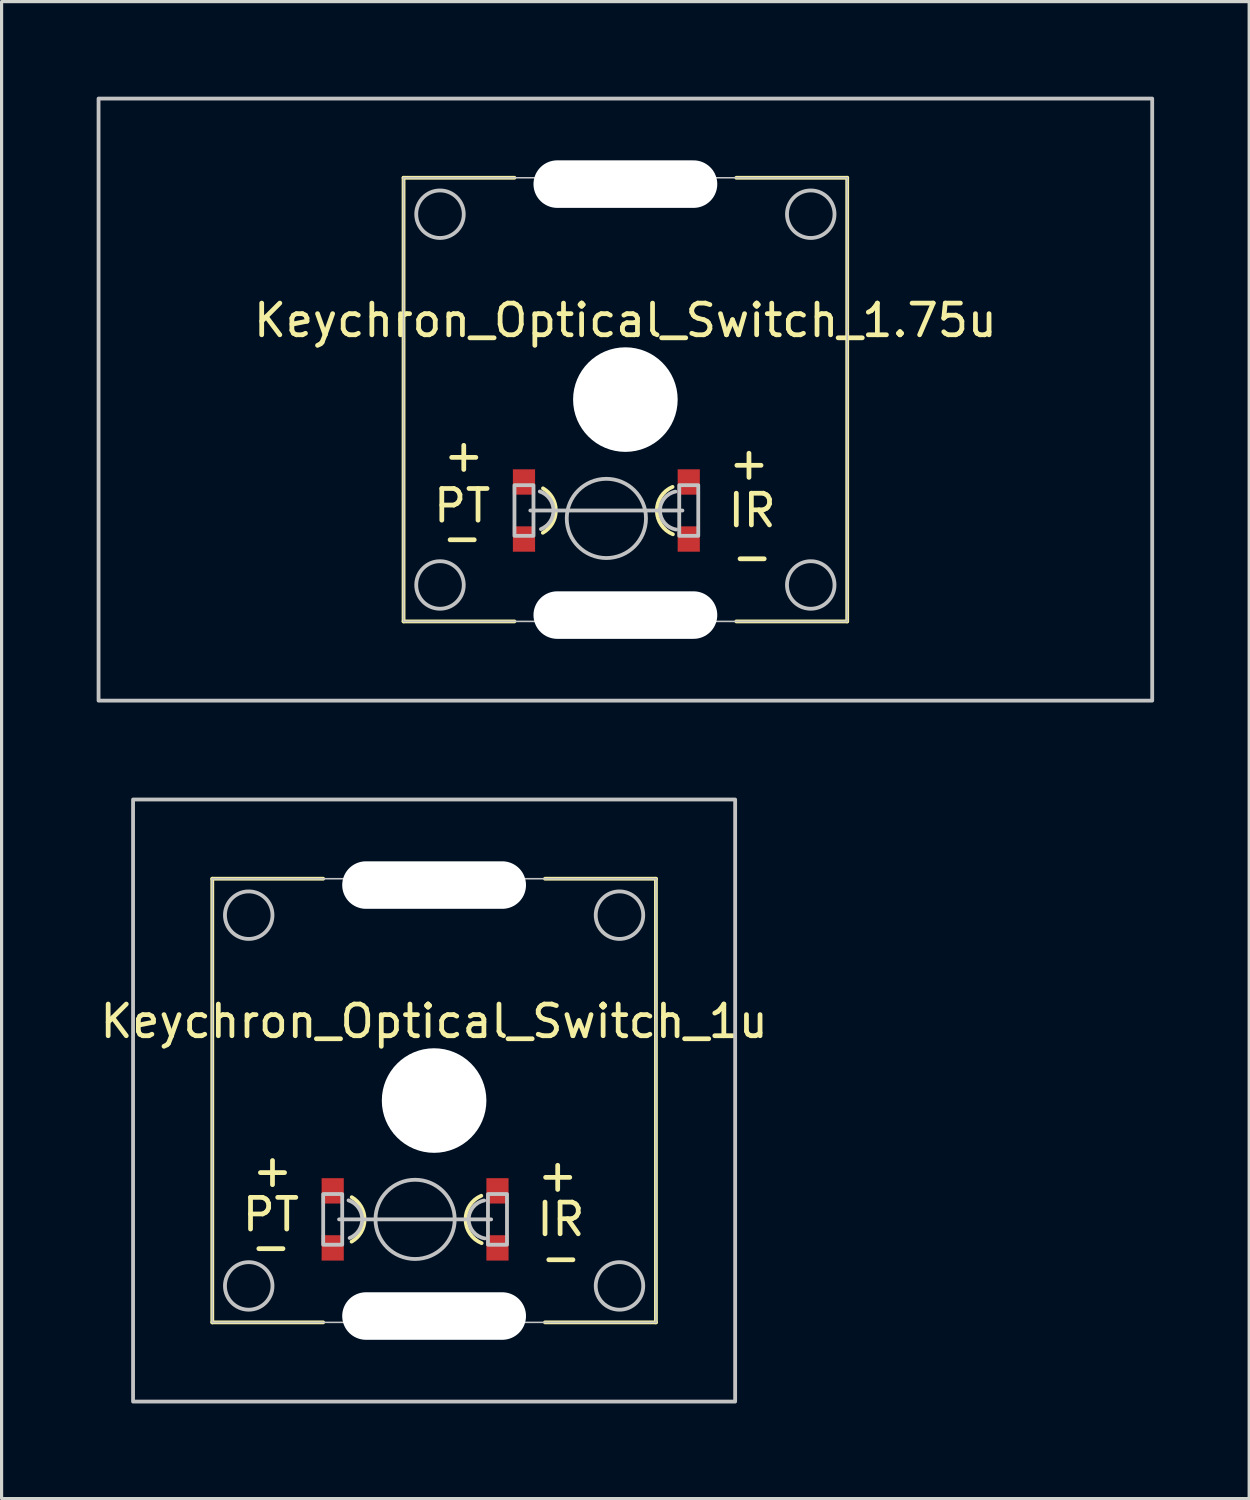
<source format=kicad_pcb>
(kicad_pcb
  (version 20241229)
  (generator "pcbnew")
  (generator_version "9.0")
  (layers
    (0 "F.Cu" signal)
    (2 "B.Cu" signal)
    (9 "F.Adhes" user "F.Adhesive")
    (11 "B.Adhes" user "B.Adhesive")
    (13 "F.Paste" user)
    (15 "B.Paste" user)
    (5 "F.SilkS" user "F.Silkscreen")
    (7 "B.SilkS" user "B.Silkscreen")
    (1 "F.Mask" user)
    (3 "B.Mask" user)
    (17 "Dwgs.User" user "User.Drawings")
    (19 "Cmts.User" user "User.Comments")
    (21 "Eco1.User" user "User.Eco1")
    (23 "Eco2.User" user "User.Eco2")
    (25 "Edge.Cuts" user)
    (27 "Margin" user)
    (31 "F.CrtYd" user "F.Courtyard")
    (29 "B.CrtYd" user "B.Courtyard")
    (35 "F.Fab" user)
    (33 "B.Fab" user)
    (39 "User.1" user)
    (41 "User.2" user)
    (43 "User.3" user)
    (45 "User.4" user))
  (footprint "Keychron_Optical_Switch_1u"
    (layer "F.Cu")
    (at 10.649 31.68)
    (property "Reference" "Keychron_Optical_Switch_1u" (at 0 -2.5 0) (unlocked yes) (layer "F.SilkS") (effects (font (size 1 1) (thickness 0.15))))
    (fp_line (start -7 -7) (end -7 7) (stroke (width 0.12) (type solid)) (layer "F.SilkS"))
    (fp_line (start -7 -7) (end -3.5 -7) (stroke (width 0.12) (type solid)) (layer "F.SilkS"))
    (fp_line (start -7 7) (end -3.5 7) (stroke (width 0.12) (type solid)) (layer "F.SilkS"))
    (fp_line (start 7 -7) (end 3.5 -7) (stroke (width 0.12) (type solid)) (layer "F.SilkS"))
    (fp_line (start 7 7) (end 3.5 7) (stroke (width 0.12) (type solid)) (layer "F.SilkS"))
    (fp_line (start 7 7) (end 7 -7) (stroke (width 0.12) (type solid)) (layer "F.SilkS"))
    (fp_arc (start -2.6 3.050001) (mid -2.19378 3.752724) (end -2.604739 4.452686) (stroke (width 0.12) (type solid)) (layer "F.SilkS"))
    (fp_arc (start 1.5 4.499999) (mid 0.992247 3.755769) (end 1.489318 3.004362) (stroke (width 0.12) (type solid)) (layer "F.SilkS"))
    (fp_line (start -7 -7) (end 7 -7) (stroke (width 0.05) (type solid)) (layer "Dwgs.User"))
    (fp_line (start -7 7) (end -7 -7) (stroke (width 0.05) (type solid)) (layer "Dwgs.User"))
    (fp_line (start 1.8 3.75) (end -3 3.75) (stroke (width 0.12) (type solid)) (layer "Dwgs.User"))
    (fp_line (start 7 -7) (end 7 7) (stroke (width 0.05) (type solid)) (layer "Dwgs.User"))
    (fp_line (start 7 7) (end -7 7) (stroke (width 0.05) (type solid)) (layer "Dwgs.User"))
    (fp_rect (start -9.5 9.5) (end 9.5 -9.5) (stroke (width 0.12) (type solid)) (fill no) (layer "Dwgs.User"))
    (fp_rect (start -2.9 2.95) (end -3.5 4.55) (stroke (width 0.12) (type solid)) (fill no) (layer "Dwgs.User"))
    (fp_rect (start 2.3 2.95) (end 1.7 4.55) (stroke (width 0.12) (type solid)) (fill no) (layer "Dwgs.User"))
    (fp_arc (start -2.7 3.150001) (mid -2.267818 3.731423) (end -2.665112 4.33722) (stroke (width 0.12) (type solid)) (layer "Dwgs.User"))
    (fp_arc (start 1.6 4.35) (mid 1.091803 3.759807) (end 1.580707 3.153536) (stroke (width 0.12) (type solid)) (layer "Dwgs.User"))
    (fp_circle (center -5.85 -5.85) (end -5.1 -5.85) (stroke (width 0.12) (type solid)) (fill no) (layer "Dwgs.User"))
    (fp_circle (center -5.85 5.85) (end -5.1 5.85) (stroke (width 0.12) (type solid)) (fill no) (layer "Dwgs.User"))
    (fp_circle (center -0.6 3.75) (end 0.65 3.75) (stroke (width 0.12) (type solid)) (fill no) (layer "Dwgs.User"))
    (fp_circle (center 5.85 -5.85) (end 6.6 -5.85) (stroke (width 0.12) (type solid)) (fill no) (layer "Dwgs.User"))
    (fp_circle (center 5.85 5.85) (end 6.6 5.85) (stroke (width 0.12) (type solid)) (fill no) (layer "Dwgs.User"))
    (fp_rect (start -0.8 -5.55) (end 0.8 -4.05) (stroke (width 0.12) (type solid)) (fill no) (layer "User.2"))
    (fp_circle (center 0 -4.8) (end 0.75 -4.8) (stroke (width 0.12) (type solid)) (fill no) (layer "User.2"))
    (fp_text user "IR" (at 4 3.75 0) (unlocked yes) (layer "F.SilkS") (effects (font (size 1 1) (thickness 0.15))))
    (fp_text user "PT" (at -5.15 3.6 0) (unlocked yes) (layer "F.SilkS") (effects (font (size 1 1) (thickness 0.15))))
    (fp_text user "+" (at -5.1 2.2 0) (unlocked yes) (layer "F.SilkS") (effects (font (size 1 1) (thickness 0.15))))
    (fp_text user "+" (at 3.9 2.35 0) (unlocked yes) (layer "F.SilkS") (effects (font (size 1 1) (thickness 0.15))))
    (fp_text user "-" (at 4 4.95 0) (unlocked yes) (layer "F.SilkS") (effects (font (size 1 1) (thickness 0.15))))
    (fp_text user "-" (at -5.15 4.6 0) (unlocked yes) (layer "F.SilkS") (effects (font (size 1 1) (thickness 0.15))))
    (pad "" np_thru_hole oval (at 0 -6.8) (size 5.8 1.5) (drill oval 5.8 1.5) (layers "*.Cu" "*.Mask"))
    (pad "" np_thru_hole circle (at 0 0) (size 3.3 3.3) (drill 3.3) (layers "*.Cu" "*.Mask"))
    (pad "" np_thru_hole oval (at 0 6.8) (size 5.8 1.5) (drill oval 5.8 1.5) (layers "*.Cu" "*.Mask"))
    (pad "1" smd rect (at 2 2.85) (size 0.7 0.8) (layers "F.Cu" "F.Mask" "F.Paste"))
    (pad "2" smd rect (at 2 4.65) (size 0.7 0.8) (layers "F.Cu" "F.Mask" "F.Paste"))
    (pad "3" smd rect (at -3.2 4.65) (size 0.7 0.8) (layers "F.Cu" "F.Mask" "F.Paste"))
    (pad "4" smd rect (at -3.2 2.85) (size 0.7 0.8) (layers "F.Cu" "F.Mask" "F.Paste")))
  (footprint "Keychron_Optical_Switch_1.75u"
    (layer "F.Cu")
    (at 16.685 9.56)
    (property "Reference" "Keychron_Optical_Switch_1.75u" (at 0 -2.5 0) (unlocked yes) (layer "F.SilkS") (effects (font (size 1 1) (thickness 0.15))))
    (fp_line (start -7 -7) (end -7 7) (stroke (width 0.12) (type solid)) (layer "F.SilkS"))
    (fp_line (start -7 -7) (end -3.5 -7) (stroke (width 0.12) (type solid)) (layer "F.SilkS"))
    (fp_line (start -7 7) (end -3.5 7) (stroke (width 0.12) (type solid)) (layer "F.SilkS"))
    (fp_line (start 7 -7) (end 3.5 -7) (stroke (width 0.12) (type solid)) (layer "F.SilkS"))
    (fp_line (start 7 7) (end 3.5 7) (stroke (width 0.12) (type solid)) (layer "F.SilkS"))
    (fp_line (start 7 7) (end 7 -7) (stroke (width 0.12) (type solid)) (layer "F.SilkS"))
    (fp_arc (start -2.6 2.800001) (mid -2.19378 3.502724) (end -2.604739 4.202686) (stroke (width 0.12) (type solid)) (layer "F.SilkS"))
    (fp_arc (start 1.5 4.249999) (mid 0.992247 3.505769) (end 1.489318 2.754362) (stroke (width 0.12) (type solid)) (layer "F.SilkS"))
    (fp_line (start -7 -7) (end 7 -7) (stroke (width 0.05) (type solid)) (layer "Dwgs.User"))
    (fp_line (start -7 7) (end -7 -7) (stroke (width 0.05) (type solid)) (layer "Dwgs.User"))
    (fp_line (start 1.8 3.5) (end -3 3.5) (stroke (width 0.12) (type solid)) (layer "Dwgs.User"))
    (fp_line (start 7 -7) (end 7 7) (stroke (width 0.05) (type solid)) (layer "Dwgs.User"))
    (fp_line (start 7 7) (end -7 7) (stroke (width 0.05) (type solid)) (layer "Dwgs.User"))
    (fp_rect (start -16.625 9.5) (end 16.625 -9.5) (stroke (width 0.12) (type solid)) (fill no) (layer "Dwgs.User"))
    (fp_rect (start -2.9 2.7) (end -3.5 4.3) (stroke (width 0.12) (type solid)) (fill no) (layer "Dwgs.User"))
    (fp_rect (start 2.3 2.7) (end 1.7 4.3) (stroke (width 0.12) (type solid)) (fill no) (layer "Dwgs.User"))
    (fp_arc (start -2.7 2.900001) (mid -2.267818 3.481423) (end -2.665112 4.08722) (stroke (width 0.12) (type solid)) (layer "Dwgs.User"))
    (fp_arc (start 1.6 4.1) (mid 1.091803 3.509807) (end 1.580707 2.903536) (stroke (width 0.12) (type solid)) (layer "Dwgs.User"))
    (fp_circle (center -5.85 -5.85) (end -5.1 -5.85) (stroke (width 0.12) (type solid)) (fill no) (layer "Dwgs.User"))
    (fp_circle (center -5.85 5.85) (end -5.1 5.85) (stroke (width 0.12) (type solid)) (fill no) (layer "Dwgs.User"))
    (fp_circle (center -0.6 3.75) (end 0.65 3.75) (stroke (width 0.12) (type solid)) (fill no) (layer "Dwgs.User"))
    (fp_circle (center 5.85 -5.85) (end 6.6 -5.85) (stroke (width 0.12) (type solid)) (fill no) (layer "Dwgs.User"))
    (fp_circle (center 5.85 5.85) (end 6.6 5.85) (stroke (width 0.12) (type solid)) (fill no) (layer "Dwgs.User"))
    (fp_rect (start -0.8 -5.55) (end 0.8 -4.05) (stroke (width 0.12) (type solid)) (fill no) (layer "User.2"))
    (fp_circle (center 0 -4.8) (end 0.75 -4.8) (stroke (width 0.12) (type solid)) (fill no) (layer "User.2"))
    (fp_text user "+" (at -5.1 1.75 0) (unlocked yes) (layer "F.SilkS") (effects (font (size 1 1) (thickness 0.15))))
    (fp_text user "PT" (at -5.15 3.35 0) (unlocked yes) (layer "F.SilkS") (effects (font (size 1 1) (thickness 0.15))))
    (fp_text user "-" (at 4 4.95 0) (unlocked yes) (layer "F.SilkS") (effects (font (size 1 1) (thickness 0.15))))
    (fp_text user "IR" (at 4 3.5 0) (unlocked yes) (layer "F.SilkS") (effects (font (size 1 1) (thickness 0.15))))
    (fp_text user "-" (at -5.15 4.35 0) (unlocked yes) (layer "F.SilkS") (effects (font (size 1 1) (thickness 0.15))))
    (fp_text user "+" (at 3.9 2 0) (unlocked yes) (layer "F.SilkS") (effects (font (size 1 1) (thickness 0.15))))
    (pad "" np_thru_hole oval (at 0 -6.8) (size 5.8 1.5) (drill oval 5.8 1.5) (layers "*.Cu" "*.Mask"))
    (pad "" np_thru_hole circle (at 0 0) (size 3.3 3.3) (drill 3.3) (layers "*.Cu" "*.Mask"))
    (pad "" np_thru_hole oval (at 0 6.8) (size 5.8 1.5) (drill oval 5.8 1.5) (layers "*.Cu" "*.Mask"))
    (pad "1" smd rect (at 2 2.6) (size 0.7 0.8) (layers "F.Cu" "F.Mask" "F.Paste"))
    (pad "2" smd rect (at 2 4.4) (size 0.7 0.8) (layers "F.Cu" "F.Mask" "F.Paste"))
    (pad "3" smd rect (at -3.2 4.4) (size 0.7 0.8) (layers "F.Cu" "F.Mask" "F.Paste"))
    (pad "4" smd rect (at -3.2 2.6) (size 0.7 0.8) (layers "F.Cu" "F.Mask" "F.Paste")))
  (gr_rect
    (start -3 -3)
    (end 36.37 44.24)
    (stroke (width 0.1) (type default))
    (fill no)
    (layer "Edge.Cuts")))
</source>
